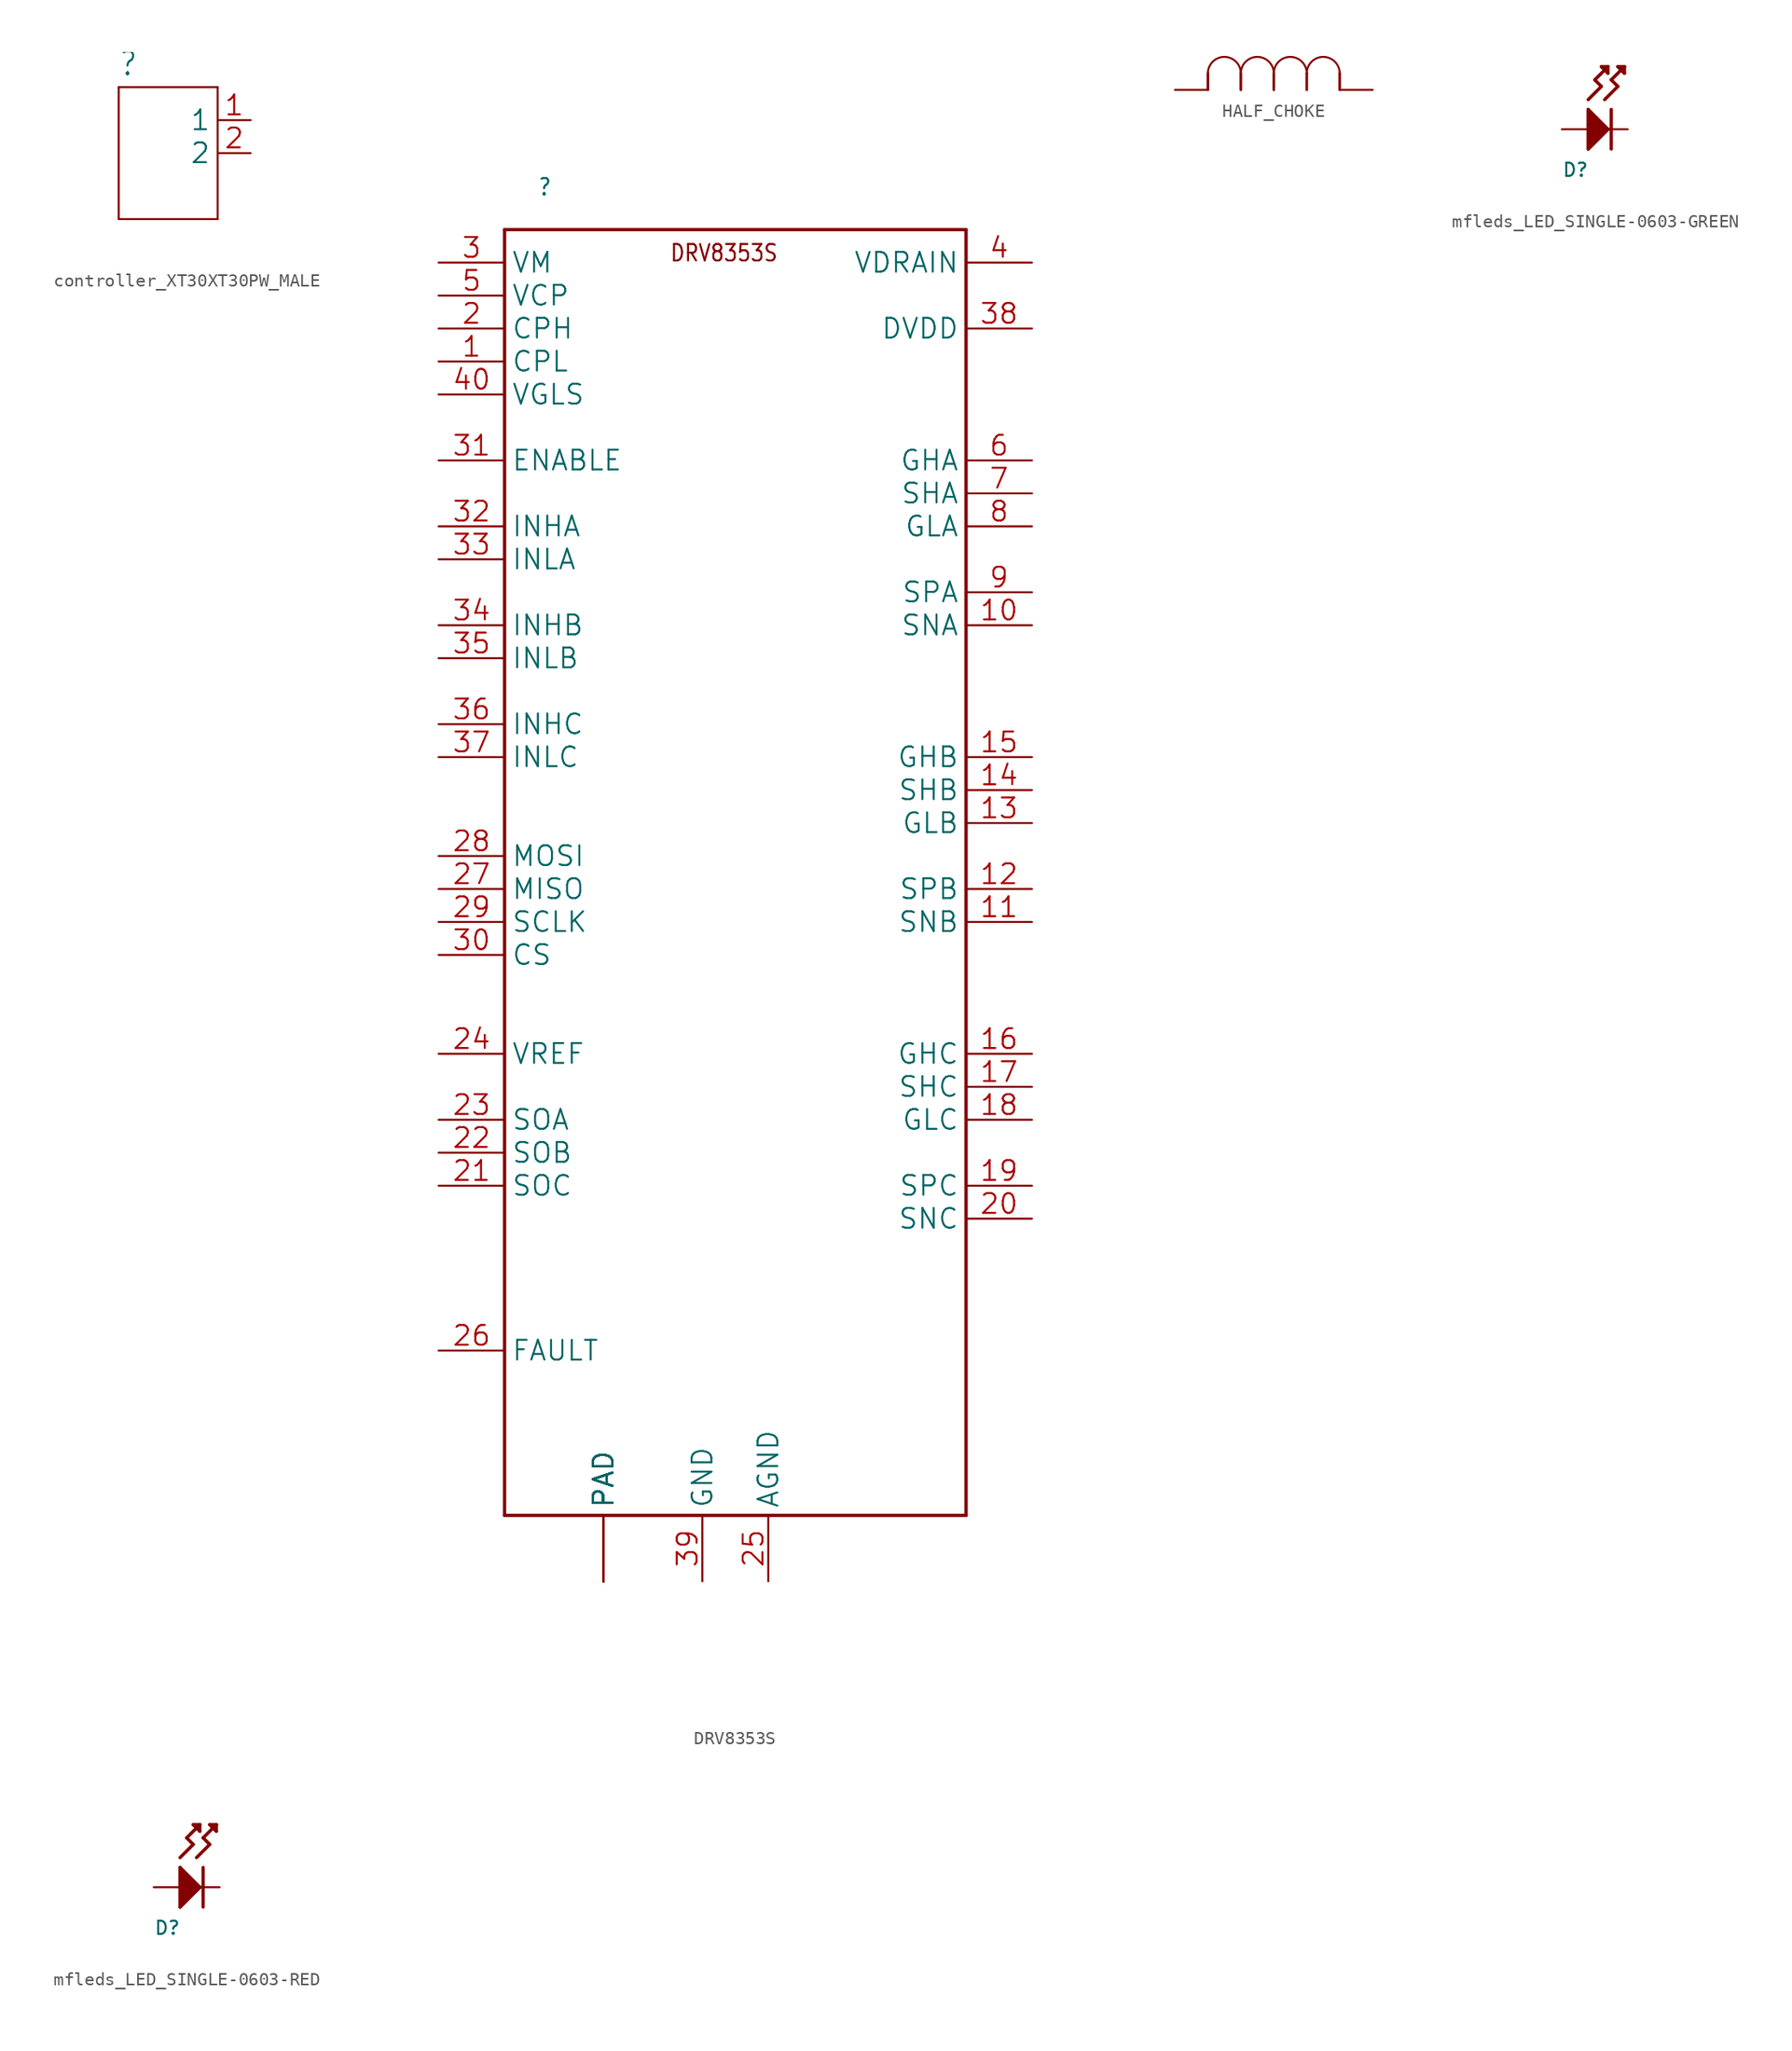
<source format=kicad_sym>
(kicad_symbol_lib
  (version 20241209)
  (generator "kicad_symbol_editor")
  (generator_version "9.0")
  (symbol "controller_XT30XT30PW_MALE"
    (property "Reference" ""
      (at -5.08 5.842 0)
      (effects (font (size 1.778 1.511)) (justify left bottom)))
    (property "Value" ""
      (at -5.08 -7.366 0)
      (effects (font (size 1.778 1.511)) (justify left bottom)))
    (property "ki_locked" ""
      (at 0 0 0)
      (effects (font (size 1.27 1.27))))
    (symbol "controller_XT30XT30PW_MALE_1_0"
      (polyline (pts (xy -5.08 5.08) (xy -5.08 -5.08)) (stroke (width 0.152) (type solid)) (fill (type none)))
      (polyline (pts (xy -5.08 -5.08) (xy 2.54 -5.08)) (stroke (width 0.152) (type solid)) (fill (type none)))
      (polyline (pts (xy 2.54 5.08) (xy -5.08 5.08)) (stroke (width 0.152) (type solid)) (fill (type none)))
      (polyline (pts (xy 2.54 -5.08) (xy 2.54 5.08)) (stroke (width 0.152) (type solid)) (fill (type none)))
      (pin passive line (at 5.08 2.54 180) (length 2.54) (name "1" (effects (font (size 1.524 1.524)))) (number "1" (effects (font (size 1.524 1.524)))))
      (pin passive line (at 5.08 0 180) (length 2.54) (name "2" (effects (font (size 1.524 1.524)))) (number "2" (effects (font (size 1.524 1.524)))))))
  (symbol "DRV8353S"
    (property "Reference" ""
      (at -15.24 53.34 0)
      (effects (font (size 1.27 1.079)) (justify left bottom)))
    (property "ki_locked" ""
      (at 0 0 0)
      (effects (font (size 1.27 1.27))))
    (symbol "DRV8353S_1_0"
      (polyline (pts (xy -17.78 50.8) (xy -17.78 -48.26)) (stroke (width 0.254) (type solid)) (fill (type none)))
      (polyline (pts (xy -17.78 -48.26) (xy 17.78 -48.26)) (stroke (width 0.254) (type solid)) (fill (type none)))
      (polyline (pts (xy 17.78 50.8) (xy -17.78 50.8)) (stroke (width 0.254) (type solid)) (fill (type none)))
      (polyline (pts (xy 17.78 -48.26) (xy 17.78 50.8)) (stroke (width 0.254) (type solid)) (fill (type none)))
      (text "DRV8353S" (at -5.08 48.26 0) (effects (font (size 1.27 1.079)) (justify left bottom)))
      (pin bidirectional line (at -22.86 48.26 0) (length 5.08) (name "VM" (effects (font (size 1.524 1.524)))) (number "3" (effects (font (size 1.524 1.524)))))
      (pin bidirectional line (at -22.86 45.72 0) (length 5.08) (name "VCP" (effects (font (size 1.524 1.524)))) (number "5" (effects (font (size 1.524 1.524)))))
      (pin bidirectional line (at -22.86 43.18 0) (length 5.08) (name "CPH" (effects (font (size 1.524 1.524)))) (number "2" (effects (font (size 1.524 1.524)))))
      (pin bidirectional line (at -22.86 40.64 0) (length 5.08) (name "CPL" (effects (font (size 1.524 1.524)))) (number "1" (effects (font (size 1.524 1.524)))))
      (pin bidirectional line (at -22.86 38.1 0) (length 5.08) (name "VGLS" (effects (font (size 1.524 1.524)))) (number "40" (effects (font (size 1.524 1.524)))))
      (pin bidirectional line (at -22.86 33.02 0) (length 5.08) (name "ENABLE" (effects (font (size 1.524 1.524)))) (number "31" (effects (font (size 1.524 1.524)))))
      (pin bidirectional line (at -22.86 27.94 0) (length 5.08) (name "INHA" (effects (font (size 1.524 1.524)))) (number "32" (effects (font (size 1.524 1.524)))))
      (pin bidirectional line (at -22.86 25.4 0) (length 5.08) (name "INLA" (effects (font (size 1.524 1.524)))) (number "33" (effects (font (size 1.524 1.524)))))
      (pin bidirectional line (at -22.86 20.32 0) (length 5.08) (name "INHB" (effects (font (size 1.524 1.524)))) (number "34" (effects (font (size 1.524 1.524)))))
      (pin bidirectional line (at -22.86 17.78 0) (length 5.08) (name "INLB" (effects (font (size 1.524 1.524)))) (number "35" (effects (font (size 1.524 1.524)))))
      (pin bidirectional line (at -22.86 12.7 0) (length 5.08) (name "INHC" (effects (font (size 1.524 1.524)))) (number "36" (effects (font (size 1.524 1.524)))))
      (pin bidirectional line (at -22.86 10.16 0) (length 5.08) (name "INLC" (effects (font (size 1.524 1.524)))) (number "37" (effects (font (size 1.524 1.524)))))
      (pin bidirectional line (at -22.86 2.54 0) (length 5.08) (name "MOSI" (effects (font (size 1.524 1.524)))) (number "28" (effects (font (size 1.524 1.524)))))
      (pin bidirectional line (at -22.86 0 0) (length 5.08) (name "MISO" (effects (font (size 1.524 1.524)))) (number "27" (effects (font (size 1.524 1.524)))))
      (pin bidirectional line (at -22.86 -2.54 0) (length 5.08) (name "SCLK" (effects (font (size 1.524 1.524)))) (number "29" (effects (font (size 1.524 1.524)))))
      (pin bidirectional line (at -22.86 -5.08 0) (length 5.08) (name "CS" (effects (font (size 1.524 1.524)))) (number "30" (effects (font (size 1.524 1.524)))))
      (pin bidirectional line (at -22.86 -12.7 0) (length 5.08) (name "VREF" (effects (font (size 1.524 1.524)))) (number "24" (effects (font (size 1.524 1.524)))))
      (pin bidirectional line (at -22.86 -17.78 0) (length 5.08) (name "SOA" (effects (font (size 1.524 1.524)))) (number "23" (effects (font (size 1.524 1.524)))))
      (pin bidirectional line (at -22.86 -20.32 0) (length 5.08) (name "SOB" (effects (font (size 1.524 1.524)))) (number "22" (effects (font (size 1.524 1.524)))))
      (pin bidirectional line (at -22.86 -22.86 0) (length 5.08) (name "SOC" (effects (font (size 1.524 1.524)))) (number "21" (effects (font (size 1.524 1.524)))))
      (pin bidirectional line (at -22.86 -35.56 0) (length 5.08) (name "FAULT" (effects (font (size 1.524 1.524)))) (number "26" (effects (font (size 1.524 1.524)))))
      (pin bidirectional line (at -10.16 -53.34 90) (length 5.08) (name "PAD" (effects (font (size 1.524 1.524)))) (number "P1" (effects (font (size 0 0)))))
      (pin bidirectional line (at -10.16 -53.34 90) (length 5.08) (name "PAD" (effects (font (size 1.524 1.524)))) (number "P12" (effects (font (size 0 0)))))
      (pin bidirectional line (at -10.16 -53.34 90) (length 5.08) (name "PAD" (effects (font (size 1.524 1.524)))) (number "P13" (effects (font (size 0 0)))))
      (pin bidirectional line (at -10.16 -53.34 90) (length 5.08) (name "PAD" (effects (font (size 1.524 1.524)))) (number "P14" (effects (font (size 0 0)))))
      (pin bidirectional line (at -10.16 -53.34 90) (length 5.08) (name "PAD" (effects (font (size 1.524 1.524)))) (number "P17" (effects (font (size 0 0)))))
      (pin bidirectional line (at -10.16 -53.34 90) (length 5.08) (name "PAD" (effects (font (size 1.524 1.524)))) (number "P18" (effects (font (size 0 0)))))
      (pin bidirectional line (at -10.16 -53.34 90) (length 5.08) (name "PAD" (effects (font (size 1.524 1.524)))) (number "P19" (effects (font (size 0 0)))))
      (pin bidirectional line (at -10.16 -53.34 90) (length 5.08) (name "PAD" (effects (font (size 1.524 1.524)))) (number "P2" (effects (font (size 0 0)))))
      (pin bidirectional line (at -10.16 -53.34 90) (length 5.08) (name "PAD" (effects (font (size 1.524 1.524)))) (number "P3" (effects (font (size 0 0)))))
      (pin bidirectional line (at -10.16 -53.34 90) (length 5.08) (name "PAD" (effects (font (size 1.524 1.524)))) (number "P7" (effects (font (size 0 0)))))
      (pin bidirectional line (at -10.16 -53.34 90) (length 5.08) (name "PAD" (effects (font (size 1.524 1.524)))) (number "P8" (effects (font (size 0 0)))))
      (pin bidirectional line (at -10.16 -53.34 90) (length 5.08) (name "PAD" (effects (font (size 1.524 1.524)))) (number "P9" (effects (font (size 0 0)))))
      (pin bidirectional line (at -10.16 -53.34 90) (length 5.08) (name "PAD" (effects (font (size 1.524 1.524)))) (number "PAD" (effects (font (size 0 0)))))
      (pin bidirectional line (at -2.54 -53.34 90) (length 5.08) (name "GND" (effects (font (size 1.524 1.524)))) (number "39" (effects (font (size 1.524 1.524)))))
      (pin bidirectional line (at 2.54 -53.34 90) (length 5.08) (name "AGND" (effects (font (size 1.524 1.524)))) (number "25" (effects (font (size 1.524 1.524)))))
      (pin bidirectional line (at 22.86 48.26 180) (length 5.08) (name "VDRAIN" (effects (font (size 1.524 1.524)))) (number "4" (effects (font (size 1.524 1.524)))))
      (pin bidirectional line (at 22.86 43.18 180) (length 5.08) (name "DVDD" (effects (font (size 1.524 1.524)))) (number "38" (effects (font (size 1.524 1.524)))))
      (pin bidirectional line (at 22.86 33.02 180) (length 5.08) (name "GHA" (effects (font (size 1.524 1.524)))) (number "6" (effects (font (size 1.524 1.524)))))
      (pin bidirectional line (at 22.86 30.48 180) (length 5.08) (name "SHA" (effects (font (size 1.524 1.524)))) (number "7" (effects (font (size 1.524 1.524)))))
      (pin bidirectional line (at 22.86 27.94 180) (length 5.08) (name "GLA" (effects (font (size 1.524 1.524)))) (number "8" (effects (font (size 1.524 1.524)))))
      (pin bidirectional line (at 22.86 22.86 180) (length 5.08) (name "SPA" (effects (font (size 1.524 1.524)))) (number "9" (effects (font (size 1.524 1.524)))))
      (pin bidirectional line (at 22.86 20.32 180) (length 5.08) (name "SNA" (effects (font (size 1.524 1.524)))) (number "10" (effects (font (size 1.524 1.524)))))
      (pin bidirectional line (at 22.86 10.16 180) (length 5.08) (name "GHB" (effects (font (size 1.524 1.524)))) (number "15" (effects (font (size 1.524 1.524)))))
      (pin bidirectional line (at 22.86 7.62 180) (length 5.08) (name "SHB" (effects (font (size 1.524 1.524)))) (number "14" (effects (font (size 1.524 1.524)))))
      (pin bidirectional line (at 22.86 5.08 180) (length 5.08) (name "GLB" (effects (font (size 1.524 1.524)))) (number "13" (effects (font (size 1.524 1.524)))))
      (pin bidirectional line (at 22.86 0 180) (length 5.08) (name "SPB" (effects (font (size 1.524 1.524)))) (number "12" (effects (font (size 1.524 1.524)))))
      (pin bidirectional line (at 22.86 -2.54 180) (length 5.08) (name "SNB" (effects (font (size 1.524 1.524)))) (number "11" (effects (font (size 1.524 1.524)))))
      (pin bidirectional line (at 22.86 -12.7 180) (length 5.08) (name "GHC" (effects (font (size 1.524 1.524)))) (number "16" (effects (font (size 1.524 1.524)))))
      (pin bidirectional line (at 22.86 -15.24 180) (length 5.08) (name "SHC" (effects (font (size 1.524 1.524)))) (number "17" (effects (font (size 1.524 1.524)))))
      (pin bidirectional line (at 22.86 -17.78 180) (length 5.08) (name "GLC" (effects (font (size 1.524 1.524)))) (number "18" (effects (font (size 1.524 1.524)))))
      (pin bidirectional line (at 22.86 -22.86 180) (length 5.08) (name "SPC" (effects (font (size 1.524 1.524)))) (number "19" (effects (font (size 1.524 1.524)))))
      (pin bidirectional line (at 22.86 -25.4 180) (length 5.08) (name "SNC" (effects (font (size 1.524 1.524)))) (number "20" (effects (font (size 1.524 1.524)))))))
  (symbol "HALF_CHOKE"
    (property "Reference" ""
      (at -0.914 3.353 0)
      (effects (font (size 3.48 2.958)) (justify left bottom) (hide yes)))
    (property "ki_locked" ""
      (at 0 0 0)
      (effects (font (size 1.27 1.27))))
    (symbol "HALF_CHOKE_1_0"
      (polyline (pts (xy 2.54 0) (xy 2.54 1.27)) (stroke (width 0.203) (type solid)) (fill (type none)))
      (arc (start 2.54 1.27) (mid 3.81 2.54) (end 5.08 1.27) (stroke (width 0.1524) (type solid)) (fill (type none)))
      (polyline (pts (xy 5.08 0) (xy 5.08 1.27)) (stroke (width 0.203) (type solid)) (fill (type none)))
      (arc (start 5.08 1.27) (mid 6.35 2.54) (end 7.62 1.27) (stroke (width 0.1524) (type solid)) (fill (type none)))
      (polyline (pts (xy 7.62 0) (xy 7.62 1.27)) (stroke (width 0.203) (type solid)) (fill (type none)))
      (arc (start 7.62 1.27) (mid 8.89 2.54) (end 10.16 1.27) (stroke (width 0.1524) (type solid)) (fill (type none)))
      (polyline (pts (xy 10.16 0) (xy 10.16 1.27)) (stroke (width 0.203) (type solid)) (fill (type none)))
      (arc (start 10.16 1.27) (mid 11.43 2.54) (end 12.7 1.27) (stroke (width 0.1524) (type solid)) (fill (type none)))
      (polyline (pts (xy 12.7 0) (xy 12.7 1.27)) (stroke (width 0.203) (type solid)) (fill (type none)))
      (pin passive line (at 0 0 0) (length 2.54) (name "2" (effects (font (size 0 0)))) (number "P$2" (effects (font (size 0 0)))))
      (pin passive line (at 15.24 0 180) (length 2.54) (name "1" (effects (font (size 0 0)))) (number "P$1" (effects (font (size 0 0)))))))
  (symbol "mfleds_LED_SINGLE-0603-GREEN"
    (property "Reference" "D"
      (at -2.54 -2.54 0)
      (effects (font (size 1.016 1.016)) (justify left top)))
    (property "Value" ""
      (at -2.54 -5.08 0)
      (effects (font (size 1.016 1.016)) (justify left bottom)))
    (property "ki_locked" ""
      (at 0 0 0)
      (effects (font (size 1.27 1.27))))
    (symbol "mfleds_LED_SINGLE-0603-GREEN_1_0"
      (polyline (pts (xy -0.508 2.286) (xy 0.508 3.302)) (stroke (width 0.254) (type solid)) (fill (type none)))
      (polyline (pts (xy -0.508 1.524) (xy 1.016 0)) (stroke (width 0.254) (type solid)) (fill (type none)))
      (polyline (pts (xy -0.508 1.524) (xy -0.508 -1.524) (xy 1.016 0)) (stroke (width 0.254) (type solid)) (fill (type outline)))
      (polyline (pts (xy -0.508 -1.524) (xy -0.508 1.524)) (stroke (width 0.254) (type solid)) (fill (type none)))
      (polyline (pts (xy 0 3.81) (xy 1.016 4.826)) (stroke (width 0.254) (type solid)) (fill (type none)))
      (polyline (pts (xy 0.508 4.826) (xy 1.016 4.318)) (stroke (width 0.254) (type solid)) (fill (type none)))
      (polyline (pts (xy 0.508 3.302) (xy 0 3.81)) (stroke (width 0.254) (type solid)) (fill (type none)))
      (polyline (pts (xy 0.762 2.286) (xy 1.778 3.302)) (stroke (width 0.254) (type solid)) (fill (type none)))
      (polyline (pts (xy 1.016 4.826) (xy 0.508 4.826)) (stroke (width 0.254) (type solid)) (fill (type none)))
      (polyline (pts (xy 1.016 4.318) (xy 1.016 4.826)) (stroke (width 0.254) (type solid)) (fill (type none)))
      (polyline (pts (xy 1.016 0) (xy -0.508 -1.524)) (stroke (width 0.254) (type solid)) (fill (type none)))
      (polyline (pts (xy 1.27 3.81) (xy 2.286 4.826)) (stroke (width 0.254) (type solid)) (fill (type none)))
      (polyline (pts (xy 1.27 1.524) (xy 1.27 -1.524)) (stroke (width 0.254) (type solid)) (fill (type none)))
      (polyline (pts (xy 1.778 4.826) (xy 2.286 4.318)) (stroke (width 0.254) (type solid)) (fill (type none)))
      (polyline (pts (xy 1.778 3.302) (xy 1.27 3.81)) (stroke (width 0.254) (type solid)) (fill (type none)))
      (polyline (pts (xy 2.286 4.826) (xy 1.778 4.826)) (stroke (width 0.254) (type solid)) (fill (type none)))
      (polyline (pts (xy 2.286 4.318) (xy 2.286 4.826)) (stroke (width 0.254) (type solid)) (fill (type none)))
      (pin power_in line (at -2.54 0 0) (length 2.54) (name "ANODE" (effects (font (size 0 0)))) (number "ANODE" (effects (font (size 0 0)))))
      (pin power_in line (at 2.54 0 180) (length 2.54) (name "CATHODE" (effects (font (size 0 0)))) (number "CATHODE" (effects (font (size 0 0)))))))
  (symbol "mfleds_LED_SINGLE-0603-RED"
    (property "Reference" "D"
      (at -2.54 -2.54 0)
      (effects (font (size 1.016 1.016)) (justify left top)))
    (property "Value" ""
      (at -2.54 -5.08 0)
      (effects (font (size 1.016 1.016)) (justify left bottom)))
    (property "ki_locked" ""
      (at 0 0 0)
      (effects (font (size 1.27 1.27))))
    (symbol "mfleds_LED_SINGLE-0603-RED_1_0"
      (polyline (pts (xy -0.508 2.286) (xy 0.508 3.302)) (stroke (width 0.254) (type solid)) (fill (type none)))
      (polyline (pts (xy -0.508 1.524) (xy 1.016 0)) (stroke (width 0.254) (type solid)) (fill (type none)))
      (polyline (pts (xy -0.508 1.524) (xy -0.508 -1.524) (xy 1.016 0)) (stroke (width 0.254) (type solid)) (fill (type outline)))
      (polyline (pts (xy -0.508 -1.524) (xy -0.508 1.524)) (stroke (width 0.254) (type solid)) (fill (type none)))
      (polyline (pts (xy 0 3.81) (xy 1.016 4.826)) (stroke (width 0.254) (type solid)) (fill (type none)))
      (polyline (pts (xy 0.508 4.826) (xy 1.016 4.318)) (stroke (width 0.254) (type solid)) (fill (type none)))
      (polyline (pts (xy 0.508 3.302) (xy 0 3.81)) (stroke (width 0.254) (type solid)) (fill (type none)))
      (polyline (pts (xy 0.762 2.286) (xy 1.778 3.302)) (stroke (width 0.254) (type solid)) (fill (type none)))
      (polyline (pts (xy 1.016 4.826) (xy 0.508 4.826)) (stroke (width 0.254) (type solid)) (fill (type none)))
      (polyline (pts (xy 1.016 4.318) (xy 1.016 4.826)) (stroke (width 0.254) (type solid)) (fill (type none)))
      (polyline (pts (xy 1.016 0) (xy -0.508 -1.524)) (stroke (width 0.254) (type solid)) (fill (type none)))
      (polyline (pts (xy 1.27 3.81) (xy 2.286 4.826)) (stroke (width 0.254) (type solid)) (fill (type none)))
      (polyline (pts (xy 1.27 1.524) (xy 1.27 -1.524)) (stroke (width 0.254) (type solid)) (fill (type none)))
      (polyline (pts (xy 1.778 4.826) (xy 2.286 4.318)) (stroke (width 0.254) (type solid)) (fill (type none)))
      (polyline (pts (xy 1.778 3.302) (xy 1.27 3.81)) (stroke (width 0.254) (type solid)) (fill (type none)))
      (polyline (pts (xy 2.286 4.826) (xy 1.778 4.826)) (stroke (width 0.254) (type solid)) (fill (type none)))
      (polyline (pts (xy 2.286 4.318) (xy 2.286 4.826)) (stroke (width 0.254) (type solid)) (fill (type none)))
      (pin power_in line (at -2.54 0 0) (length 2.54) (name "ANODE" (effects (font (size 0 0)))) (number "ANODE" (effects (font (size 0 0)))))
      (pin power_in line (at 2.54 0 180) (length 2.54) (name "CATHODE" (effects (font (size 0 0)))) (number "CATHODE" (effects (font (size 0 0))))))))
</source>
